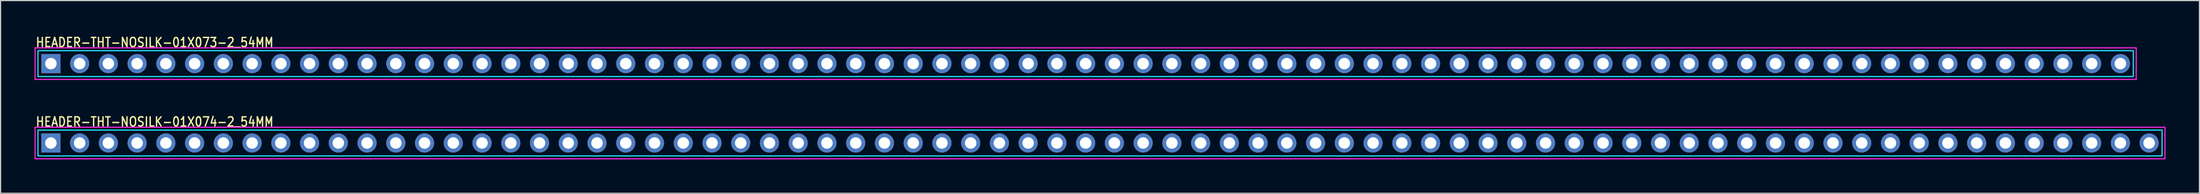
<source format=kicad_pcb>
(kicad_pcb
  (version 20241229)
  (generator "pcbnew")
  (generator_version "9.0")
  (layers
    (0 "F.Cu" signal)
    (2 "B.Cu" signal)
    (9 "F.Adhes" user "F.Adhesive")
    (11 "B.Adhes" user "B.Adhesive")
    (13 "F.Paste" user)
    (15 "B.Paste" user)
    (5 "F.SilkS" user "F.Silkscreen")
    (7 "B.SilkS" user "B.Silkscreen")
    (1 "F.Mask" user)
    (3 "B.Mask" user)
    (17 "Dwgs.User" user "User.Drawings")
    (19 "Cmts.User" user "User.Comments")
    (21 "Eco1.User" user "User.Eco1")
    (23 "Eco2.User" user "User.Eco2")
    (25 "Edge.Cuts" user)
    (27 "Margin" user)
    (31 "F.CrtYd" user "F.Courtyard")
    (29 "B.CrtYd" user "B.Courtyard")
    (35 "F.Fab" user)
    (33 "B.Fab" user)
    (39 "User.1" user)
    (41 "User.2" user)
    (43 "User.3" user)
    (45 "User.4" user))
  (footprint "HEADER-THT-NOSILK-01X074-2_54MM"
    (layer "F.Cu")
    (at 1.447 9.604)
    (property "Reference" "HEADER-THT-NOSILK-01X074-2_54MM" (at -1.4 -1.4 0) (unlocked yes) (layer "F.SilkS") (effects (font (size 0.813 0.695) (thickness 0.122)) (justify left bottom)))
    (fp_poly (pts (xy -1.143 -1.143) (xy 186.563 -1.143) (xy 186.563 1.143) (xy -1.143 1.143)) (stroke (width 0.1) (type solid)) (fill no) (layer "B.CrtYd"))
    (fp_poly (pts (xy -1.397 -1.397) (xy 186.817 -1.397) (xy 186.817 1.397) (xy -1.397 1.397)) (stroke (width 0.1) (type solid)) (fill no) (layer "F.CrtYd"))
    (pad "1" thru_hole rect (at 0 0) (size 1.693 1.693) (drill 1.016) (layers "*.Cu" "*.Mask"))
    (pad "2" thru_hole oval (at 2.54 0) (size 1.693 1.693) (drill 1.016) (layers "*.Cu" "*.Mask"))
    (pad "3" thru_hole oval (at 5.08 0) (size 1.693 1.693) (drill 1.016) (layers "*.Cu" "*.Mask"))
    (pad "4" thru_hole oval (at 7.62 0) (size 1.693 1.693) (drill 1.016) (layers "*.Cu" "*.Mask"))
    (pad "5" thru_hole oval (at 10.16 0) (size 1.693 1.693) (drill 1.016) (layers "*.Cu" "*.Mask"))
    (pad "6" thru_hole oval (at 12.7 0) (size 1.693 1.693) (drill 1.016) (layers "*.Cu" "*.Mask"))
    (pad "7" thru_hole oval (at 15.24 0) (size 1.693 1.693) (drill 1.016) (layers "*.Cu" "*.Mask"))
    (pad "8" thru_hole oval (at 17.78 0) (size 1.693 1.693) (drill 1.016) (layers "*.Cu" "*.Mask"))
    (pad "9" thru_hole oval (at 20.32 0) (size 1.693 1.693) (drill 1.016) (layers "*.Cu" "*.Mask"))
    (pad "10" thru_hole oval (at 22.86 0) (size 1.693 1.693) (drill 1.016) (layers "*.Cu" "*.Mask"))
    (pad "11" thru_hole oval (at 25.4 0) (size 1.693 1.693) (drill 1.016) (layers "*.Cu" "*.Mask"))
    (pad "12" thru_hole oval (at 27.94 0) (size 1.693 1.693) (drill 1.016) (layers "*.Cu" "*.Mask"))
    (pad "13" thru_hole oval (at 30.48 0) (size 1.693 1.693) (drill 1.016) (layers "*.Cu" "*.Mask"))
    (pad "14" thru_hole oval (at 33.02 0) (size 1.693 1.693) (drill 1.016) (layers "*.Cu" "*.Mask"))
    (pad "15" thru_hole oval (at 35.56 0) (size 1.693 1.693) (drill 1.016) (layers "*.Cu" "*.Mask"))
    (pad "16" thru_hole oval (at 38.1 0) (size 1.693 1.693) (drill 1.016) (layers "*.Cu" "*.Mask"))
    (pad "17" thru_hole oval (at 40.64 0) (size 1.693 1.693) (drill 1.016) (layers "*.Cu" "*.Mask"))
    (pad "18" thru_hole oval (at 43.18 0) (size 1.693 1.693) (drill 1.016) (layers "*.Cu" "*.Mask"))
    (pad "19" thru_hole oval (at 45.72 0) (size 1.693 1.693) (drill 1.016) (layers "*.Cu" "*.Mask"))
    (pad "20" thru_hole oval (at 48.26 0) (size 1.693 1.693) (drill 1.016) (layers "*.Cu" "*.Mask"))
    (pad "21" thru_hole oval (at 50.8 0) (size 1.693 1.693) (drill 1.016) (layers "*.Cu" "*.Mask"))
    (pad "22" thru_hole oval (at 53.34 0) (size 1.693 1.693) (drill 1.016) (layers "*.Cu" "*.Mask"))
    (pad "23" thru_hole oval (at 55.88 0) (size 1.693 1.693) (drill 1.016) (layers "*.Cu" "*.Mask"))
    (pad "24" thru_hole oval (at 58.42 0) (size 1.693 1.693) (drill 1.016) (layers "*.Cu" "*.Mask"))
    (pad "25" thru_hole oval (at 60.96 0) (size 1.693 1.693) (drill 1.016) (layers "*.Cu" "*.Mask"))
    (pad "26" thru_hole oval (at 63.5 0) (size 1.693 1.693) (drill 1.016) (layers "*.Cu" "*.Mask"))
    (pad "27" thru_hole oval (at 66.04 0) (size 1.693 1.693) (drill 1.016) (layers "*.Cu" "*.Mask"))
    (pad "28" thru_hole oval (at 68.58 0) (size 1.693 1.693) (drill 1.016) (layers "*.Cu" "*.Mask"))
    (pad "29" thru_hole oval (at 71.12 0) (size 1.693 1.693) (drill 1.016) (layers "*.Cu" "*.Mask"))
    (pad "30" thru_hole oval (at 73.66 0) (size 1.693 1.693) (drill 1.016) (layers "*.Cu" "*.Mask"))
    (pad "31" thru_hole oval (at 76.2 0) (size 1.693 1.693) (drill 1.016) (layers "*.Cu" "*.Mask"))
    (pad "32" thru_hole oval (at 78.74 0) (size 1.693 1.693) (drill 1.016) (layers "*.Cu" "*.Mask"))
    (pad "33" thru_hole oval (at 81.28 0) (size 1.693 1.693) (drill 1.016) (layers "*.Cu" "*.Mask"))
    (pad "34" thru_hole oval (at 83.82 0) (size 1.693 1.693) (drill 1.016) (layers "*.Cu" "*.Mask"))
    (pad "35" thru_hole oval (at 86.36 0) (size 1.693 1.693) (drill 1.016) (layers "*.Cu" "*.Mask"))
    (pad "36" thru_hole oval (at 88.9 0) (size 1.693 1.693) (drill 1.016) (layers "*.Cu" "*.Mask"))
    (pad "37" thru_hole oval (at 91.44 0) (size 1.693 1.693) (drill 1.016) (layers "*.Cu" "*.Mask"))
    (pad "38" thru_hole oval (at 93.98 0) (size 1.693 1.693) (drill 1.016) (layers "*.Cu" "*.Mask"))
    (pad "39" thru_hole oval (at 96.52 0) (size 1.693 1.693) (drill 1.016) (layers "*.Cu" "*.Mask"))
    (pad "40" thru_hole oval (at 99.06 0) (size 1.693 1.693) (drill 1.016) (layers "*.Cu" "*.Mask"))
    (pad "41" thru_hole oval (at 101.6 0) (size 1.693 1.693) (drill 1.016) (layers "*.Cu" "*.Mask"))
    (pad "42" thru_hole oval (at 104.14 0) (size 1.693 1.693) (drill 1.016) (layers "*.Cu" "*.Mask"))
    (pad "43" thru_hole oval (at 106.68 0) (size 1.693 1.693) (drill 1.016) (layers "*.Cu" "*.Mask"))
    (pad "44" thru_hole oval (at 109.22 0) (size 1.693 1.693) (drill 1.016) (layers "*.Cu" "*.Mask"))
    (pad "45" thru_hole oval (at 111.76 0) (size 1.693 1.693) (drill 1.016) (layers "*.Cu" "*.Mask"))
    (pad "46" thru_hole oval (at 114.3 0) (size 1.693 1.693) (drill 1.016) (layers "*.Cu" "*.Mask"))
    (pad "47" thru_hole oval (at 116.84 0) (size 1.693 1.693) (drill 1.016) (layers "*.Cu" "*.Mask"))
    (pad "48" thru_hole oval (at 119.38 0) (size 1.693 1.693) (drill 1.016) (layers "*.Cu" "*.Mask"))
    (pad "49" thru_hole oval (at 121.92 0) (size 1.693 1.693) (drill 1.016) (layers "*.Cu" "*.Mask"))
    (pad "50" thru_hole oval (at 124.46 0) (size 1.693 1.693) (drill 1.016) (layers "*.Cu" "*.Mask"))
    (pad "51" thru_hole oval (at 127 0) (size 1.693 1.693) (drill 1.016) (layers "*.Cu" "*.Mask"))
    (pad "52" thru_hole oval (at 129.54 0) (size 1.693 1.693) (drill 1.016) (layers "*.Cu" "*.Mask"))
    (pad "53" thru_hole oval (at 132.08 0) (size 1.693 1.693) (drill 1.016) (layers "*.Cu" "*.Mask"))
    (pad "54" thru_hole oval (at 134.62 0) (size 1.693 1.693) (drill 1.016) (layers "*.Cu" "*.Mask"))
    (pad "55" thru_hole oval (at 137.16 0) (size 1.693 1.693) (drill 1.016) (layers "*.Cu" "*.Mask"))
    (pad "56" thru_hole oval (at 139.7 0) (size 1.693 1.693) (drill 1.016) (layers "*.Cu" "*.Mask"))
    (pad "57" thru_hole oval (at 142.24 0) (size 1.693 1.693) (drill 1.016) (layers "*.Cu" "*.Mask"))
    (pad "58" thru_hole oval (at 144.78 0) (size 1.693 1.693) (drill 1.016) (layers "*.Cu" "*.Mask"))
    (pad "59" thru_hole oval (at 147.32 0) (size 1.693 1.693) (drill 1.016) (layers "*.Cu" "*.Mask"))
    (pad "60" thru_hole oval (at 149.86 0) (size 1.693 1.693) (drill 1.016) (layers "*.Cu" "*.Mask"))
    (pad "61" thru_hole oval (at 152.4 0) (size 1.693 1.693) (drill 1.016) (layers "*.Cu" "*.Mask"))
    (pad "62" thru_hole oval (at 154.94 0) (size 1.693 1.693) (drill 1.016) (layers "*.Cu" "*.Mask"))
    (pad "63" thru_hole oval (at 157.48 0) (size 1.693 1.693) (drill 1.016) (layers "*.Cu" "*.Mask"))
    (pad "64" thru_hole oval (at 160.02 0) (size 1.693 1.693) (drill 1.016) (layers "*.Cu" "*.Mask"))
    (pad "65" thru_hole oval (at 162.56 0) (size 1.693 1.693) (drill 1.016) (layers "*.Cu" "*.Mask"))
    (pad "66" thru_hole oval (at 165.1 0) (size 1.693 1.693) (drill 1.016) (layers "*.Cu" "*.Mask"))
    (pad "67" thru_hole oval (at 167.64 0) (size 1.693 1.693) (drill 1.016) (layers "*.Cu" "*.Mask"))
    (pad "68" thru_hole oval (at 170.18 0) (size 1.693 1.693) (drill 1.016) (layers "*.Cu" "*.Mask"))
    (pad "69" thru_hole oval (at 172.72 0) (size 1.693 1.693) (drill 1.016) (layers "*.Cu" "*.Mask"))
    (pad "70" thru_hole oval (at 175.26 0) (size 1.693 1.693) (drill 1.016) (layers "*.Cu" "*.Mask"))
    (pad "71" thru_hole oval (at 177.8 0) (size 1.693 1.693) (drill 1.016) (layers "*.Cu" "*.Mask"))
    (pad "72" thru_hole oval (at 180.34 0) (size 1.693 1.693) (drill 1.016) (layers "*.Cu" "*.Mask"))
    (pad "73" thru_hole oval (at 182.88 0) (size 1.693 1.693) (drill 1.016) (layers "*.Cu" "*.Mask"))
    (pad "74" thru_hole oval (at 185.42 0) (size 1.693 1.693) (drill 1.016) (layers "*.Cu" "*.Mask")))
  (footprint "HEADER-THT-NOSILK-01X073-2_54MM"
    (layer "F.Cu")
    (at 1.447 2.579)
    (property "Reference" "HEADER-THT-NOSILK-01X073-2_54MM" (at -1.4 -1.4 0) (unlocked yes) (layer "F.SilkS") (effects (font (size 0.813 0.695) (thickness 0.122)) (justify left bottom)))
    (fp_poly (pts (xy -1.143 -1.143) (xy 184.023 -1.143) (xy 184.023 1.143) (xy -1.143 1.143)) (stroke (width 0.1) (type solid)) (fill no) (layer "B.CrtYd"))
    (fp_poly (pts (xy -1.397 -1.397) (xy 184.277 -1.397) (xy 184.277 1.397) (xy -1.397 1.397)) (stroke (width 0.1) (type solid)) (fill no) (layer "F.CrtYd"))
    (pad "1" thru_hole rect (at 0 0) (size 1.693 1.693) (drill 1.016) (layers "*.Cu" "*.Mask"))
    (pad "2" thru_hole oval (at 2.54 0) (size 1.693 1.693) (drill 1.016) (layers "*.Cu" "*.Mask"))
    (pad "3" thru_hole oval (at 5.08 0) (size 1.693 1.693) (drill 1.016) (layers "*.Cu" "*.Mask"))
    (pad "4" thru_hole oval (at 7.62 0) (size 1.693 1.693) (drill 1.016) (layers "*.Cu" "*.Mask"))
    (pad "5" thru_hole oval (at 10.16 0) (size 1.693 1.693) (drill 1.016) (layers "*.Cu" "*.Mask"))
    (pad "6" thru_hole oval (at 12.7 0) (size 1.693 1.693) (drill 1.016) (layers "*.Cu" "*.Mask"))
    (pad "7" thru_hole oval (at 15.24 0) (size 1.693 1.693) (drill 1.016) (layers "*.Cu" "*.Mask"))
    (pad "8" thru_hole oval (at 17.78 0) (size 1.693 1.693) (drill 1.016) (layers "*.Cu" "*.Mask"))
    (pad "9" thru_hole oval (at 20.32 0) (size 1.693 1.693) (drill 1.016) (layers "*.Cu" "*.Mask"))
    (pad "10" thru_hole oval (at 22.86 0) (size 1.693 1.693) (drill 1.016) (layers "*.Cu" "*.Mask"))
    (pad "11" thru_hole oval (at 25.4 0) (size 1.693 1.693) (drill 1.016) (layers "*.Cu" "*.Mask"))
    (pad "12" thru_hole oval (at 27.94 0) (size 1.693 1.693) (drill 1.016) (layers "*.Cu" "*.Mask"))
    (pad "13" thru_hole oval (at 30.48 0) (size 1.693 1.693) (drill 1.016) (layers "*.Cu" "*.Mask"))
    (pad "14" thru_hole oval (at 33.02 0) (size 1.693 1.693) (drill 1.016) (layers "*.Cu" "*.Mask"))
    (pad "15" thru_hole oval (at 35.56 0) (size 1.693 1.693) (drill 1.016) (layers "*.Cu" "*.Mask"))
    (pad "16" thru_hole oval (at 38.1 0) (size 1.693 1.693) (drill 1.016) (layers "*.Cu" "*.Mask"))
    (pad "17" thru_hole oval (at 40.64 0) (size 1.693 1.693) (drill 1.016) (layers "*.Cu" "*.Mask"))
    (pad "18" thru_hole oval (at 43.18 0) (size 1.693 1.693) (drill 1.016) (layers "*.Cu" "*.Mask"))
    (pad "19" thru_hole oval (at 45.72 0) (size 1.693 1.693) (drill 1.016) (layers "*.Cu" "*.Mask"))
    (pad "20" thru_hole oval (at 48.26 0) (size 1.693 1.693) (drill 1.016) (layers "*.Cu" "*.Mask"))
    (pad "21" thru_hole oval (at 50.8 0) (size 1.693 1.693) (drill 1.016) (layers "*.Cu" "*.Mask"))
    (pad "22" thru_hole oval (at 53.34 0) (size 1.693 1.693) (drill 1.016) (layers "*.Cu" "*.Mask"))
    (pad "23" thru_hole oval (at 55.88 0) (size 1.693 1.693) (drill 1.016) (layers "*.Cu" "*.Mask"))
    (pad "24" thru_hole oval (at 58.42 0) (size 1.693 1.693) (drill 1.016) (layers "*.Cu" "*.Mask"))
    (pad "25" thru_hole oval (at 60.96 0) (size 1.693 1.693) (drill 1.016) (layers "*.Cu" "*.Mask"))
    (pad "26" thru_hole oval (at 63.5 0) (size 1.693 1.693) (drill 1.016) (layers "*.Cu" "*.Mask"))
    (pad "27" thru_hole oval (at 66.04 0) (size 1.693 1.693) (drill 1.016) (layers "*.Cu" "*.Mask"))
    (pad "28" thru_hole oval (at 68.58 0) (size 1.693 1.693) (drill 1.016) (layers "*.Cu" "*.Mask"))
    (pad "29" thru_hole oval (at 71.12 0) (size 1.693 1.693) (drill 1.016) (layers "*.Cu" "*.Mask"))
    (pad "30" thru_hole oval (at 73.66 0) (size 1.693 1.693) (drill 1.016) (layers "*.Cu" "*.Mask"))
    (pad "31" thru_hole oval (at 76.2 0) (size 1.693 1.693) (drill 1.016) (layers "*.Cu" "*.Mask"))
    (pad "32" thru_hole oval (at 78.74 0) (size 1.693 1.693) (drill 1.016) (layers "*.Cu" "*.Mask"))
    (pad "33" thru_hole oval (at 81.28 0) (size 1.693 1.693) (drill 1.016) (layers "*.Cu" "*.Mask"))
    (pad "34" thru_hole oval (at 83.82 0) (size 1.693 1.693) (drill 1.016) (layers "*.Cu" "*.Mask"))
    (pad "35" thru_hole oval (at 86.36 0) (size 1.693 1.693) (drill 1.016) (layers "*.Cu" "*.Mask"))
    (pad "36" thru_hole oval (at 88.9 0) (size 1.693 1.693) (drill 1.016) (layers "*.Cu" "*.Mask"))
    (pad "37" thru_hole oval (at 91.44 0) (size 1.693 1.693) (drill 1.016) (layers "*.Cu" "*.Mask"))
    (pad "38" thru_hole oval (at 93.98 0) (size 1.693 1.693) (drill 1.016) (layers "*.Cu" "*.Mask"))
    (pad "39" thru_hole oval (at 96.52 0) (size 1.693 1.693) (drill 1.016) (layers "*.Cu" "*.Mask"))
    (pad "40" thru_hole oval (at 99.06 0) (size 1.693 1.693) (drill 1.016) (layers "*.Cu" "*.Mask"))
    (pad "41" thru_hole oval (at 101.6 0) (size 1.693 1.693) (drill 1.016) (layers "*.Cu" "*.Mask"))
    (pad "42" thru_hole oval (at 104.14 0) (size 1.693 1.693) (drill 1.016) (layers "*.Cu" "*.Mask"))
    (pad "43" thru_hole oval (at 106.68 0) (size 1.693 1.693) (drill 1.016) (layers "*.Cu" "*.Mask"))
    (pad "44" thru_hole oval (at 109.22 0) (size 1.693 1.693) (drill 1.016) (layers "*.Cu" "*.Mask"))
    (pad "45" thru_hole oval (at 111.76 0) (size 1.693 1.693) (drill 1.016) (layers "*.Cu" "*.Mask"))
    (pad "46" thru_hole oval (at 114.3 0) (size 1.693 1.693) (drill 1.016) (layers "*.Cu" "*.Mask"))
    (pad "47" thru_hole oval (at 116.84 0) (size 1.693 1.693) (drill 1.016) (layers "*.Cu" "*.Mask"))
    (pad "48" thru_hole oval (at 119.38 0) (size 1.693 1.693) (drill 1.016) (layers "*.Cu" "*.Mask"))
    (pad "49" thru_hole oval (at 121.92 0) (size 1.693 1.693) (drill 1.016) (layers "*.Cu" "*.Mask"))
    (pad "50" thru_hole oval (at 124.46 0) (size 1.693 1.693) (drill 1.016) (layers "*.Cu" "*.Mask"))
    (pad "51" thru_hole oval (at 127 0) (size 1.693 1.693) (drill 1.016) (layers "*.Cu" "*.Mask"))
    (pad "52" thru_hole oval (at 129.54 0) (size 1.693 1.693) (drill 1.016) (layers "*.Cu" "*.Mask"))
    (pad "53" thru_hole oval (at 132.08 0) (size 1.693 1.693) (drill 1.016) (layers "*.Cu" "*.Mask"))
    (pad "54" thru_hole oval (at 134.62 0) (size 1.693 1.693) (drill 1.016) (layers "*.Cu" "*.Mask"))
    (pad "55" thru_hole oval (at 137.16 0) (size 1.693 1.693) (drill 1.016) (layers "*.Cu" "*.Mask"))
    (pad "56" thru_hole oval (at 139.7 0) (size 1.693 1.693) (drill 1.016) (layers "*.Cu" "*.Mask"))
    (pad "57" thru_hole oval (at 142.24 0) (size 1.693 1.693) (drill 1.016) (layers "*.Cu" "*.Mask"))
    (pad "58" thru_hole oval (at 144.78 0) (size 1.693 1.693) (drill 1.016) (layers "*.Cu" "*.Mask"))
    (pad "59" thru_hole oval (at 147.32 0) (size 1.693 1.693) (drill 1.016) (layers "*.Cu" "*.Mask"))
    (pad "60" thru_hole oval (at 149.86 0) (size 1.693 1.693) (drill 1.016) (layers "*.Cu" "*.Mask"))
    (pad "61" thru_hole oval (at 152.4 0) (size 1.693 1.693) (drill 1.016) (layers "*.Cu" "*.Mask"))
    (pad "62" thru_hole oval (at 154.94 0) (size 1.693 1.693) (drill 1.016) (layers "*.Cu" "*.Mask"))
    (pad "63" thru_hole oval (at 157.48 0) (size 1.693 1.693) (drill 1.016) (layers "*.Cu" "*.Mask"))
    (pad "64" thru_hole oval (at 160.02 0) (size 1.693 1.693) (drill 1.016) (layers "*.Cu" "*.Mask"))
    (pad "65" thru_hole oval (at 162.56 0) (size 1.693 1.693) (drill 1.016) (layers "*.Cu" "*.Mask"))
    (pad "66" thru_hole oval (at 165.1 0) (size 1.693 1.693) (drill 1.016) (layers "*.Cu" "*.Mask"))
    (pad "67" thru_hole oval (at 167.64 0) (size 1.693 1.693) (drill 1.016) (layers "*.Cu" "*.Mask"))
    (pad "68" thru_hole oval (at 170.18 0) (size 1.693 1.693) (drill 1.016) (layers "*.Cu" "*.Mask"))
    (pad "69" thru_hole oval (at 172.72 0) (size 1.693 1.693) (drill 1.016) (layers "*.Cu" "*.Mask"))
    (pad "70" thru_hole oval (at 175.26 0) (size 1.693 1.693) (drill 1.016) (layers "*.Cu" "*.Mask"))
    (pad "71" thru_hole oval (at 177.8 0) (size 1.693 1.693) (drill 1.016) (layers "*.Cu" "*.Mask"))
    (pad "72" thru_hole oval (at 180.34 0) (size 1.693 1.693) (drill 1.016) (layers "*.Cu" "*.Mask"))
    (pad "73" thru_hole oval (at 182.88 0) (size 1.693 1.693) (drill 1.016) (layers "*.Cu" "*.Mask")))
  (gr_rect
    (start -3 -3)
    (end 191.314 14.051)
    (stroke (width 0.1) (type default))
    (fill no)
    (layer "Edge.Cuts")))
</source>
